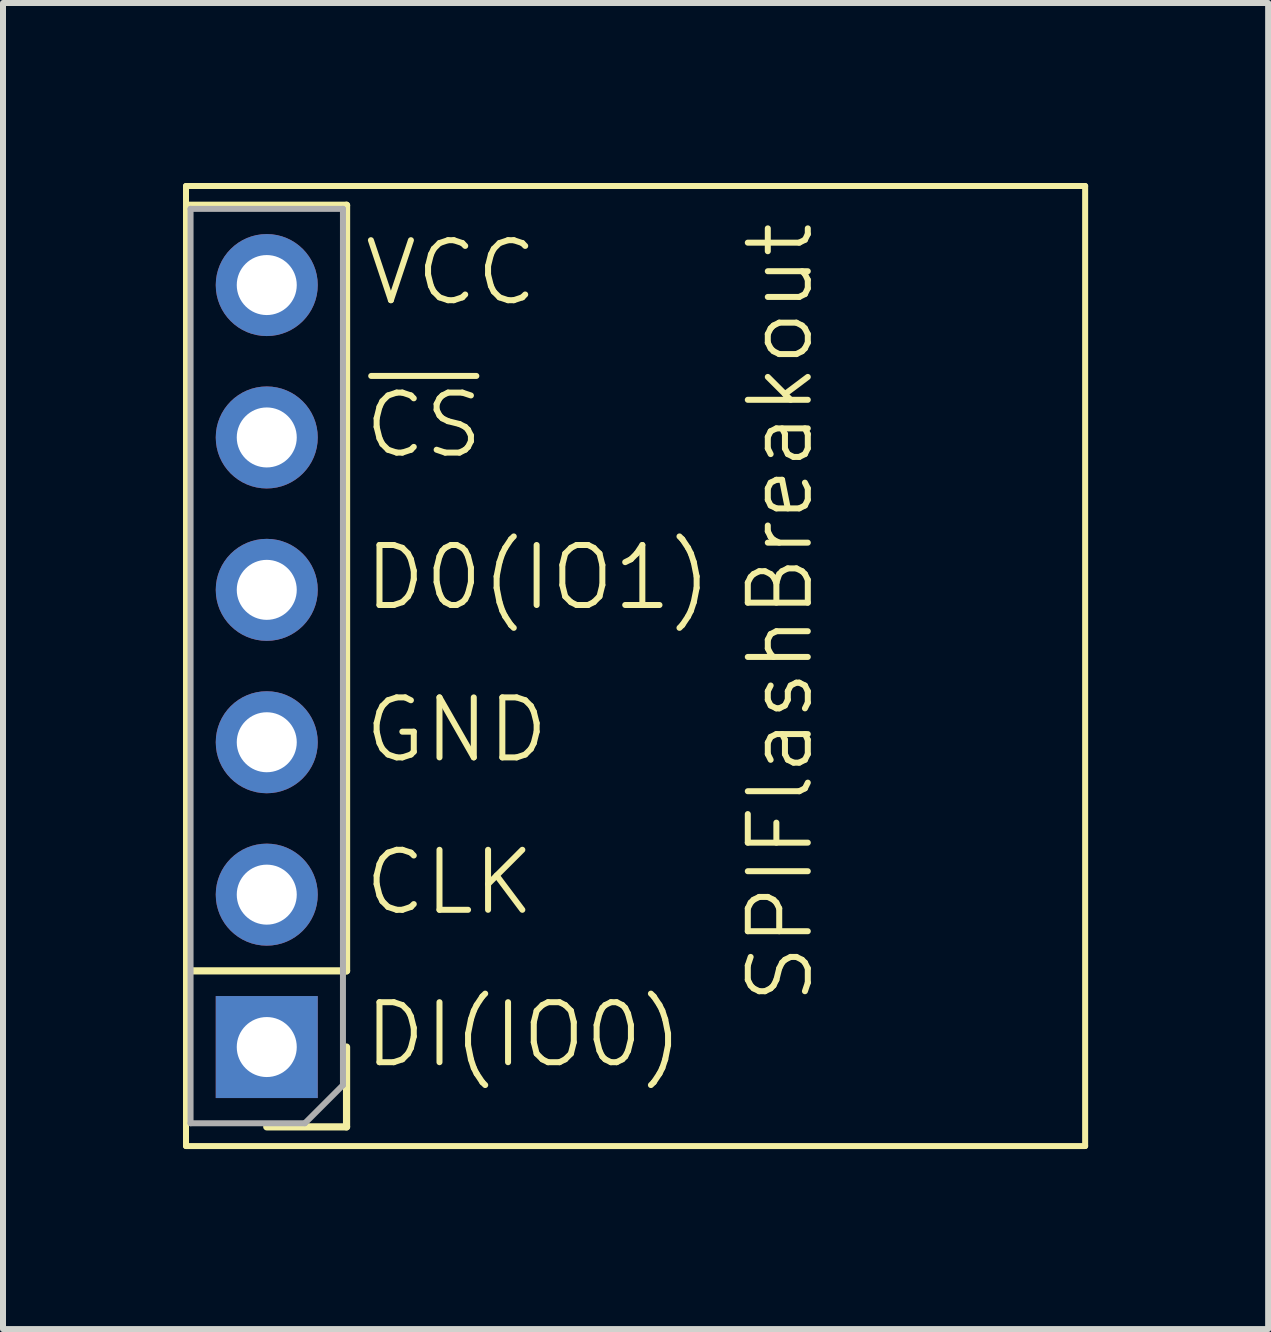
<source format=kicad_pcb>
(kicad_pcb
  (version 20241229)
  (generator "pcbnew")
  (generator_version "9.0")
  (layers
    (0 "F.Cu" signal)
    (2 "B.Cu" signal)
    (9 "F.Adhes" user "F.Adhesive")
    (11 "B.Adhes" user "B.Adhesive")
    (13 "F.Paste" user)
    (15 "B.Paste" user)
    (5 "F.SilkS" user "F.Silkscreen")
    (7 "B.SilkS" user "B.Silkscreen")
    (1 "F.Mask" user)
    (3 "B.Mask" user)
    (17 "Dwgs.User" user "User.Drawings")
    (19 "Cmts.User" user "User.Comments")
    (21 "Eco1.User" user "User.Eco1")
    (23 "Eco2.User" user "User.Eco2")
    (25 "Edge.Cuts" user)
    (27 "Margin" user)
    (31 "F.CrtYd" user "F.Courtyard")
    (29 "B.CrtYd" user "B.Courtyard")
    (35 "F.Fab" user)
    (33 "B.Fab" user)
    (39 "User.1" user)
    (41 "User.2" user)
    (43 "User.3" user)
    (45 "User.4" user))
  (footprint "SPIFlashBreakout"
    (layer "F.Cu")
    (at 8.051 6.526)
    (property "Reference" "SPIFlashBreakout" (at 1.905 0.635 90) (unlocked yes) (layer "F.SilkS") (effects (font (size 1 1) (thickness 0.1))))
    (attr through_hole)
    (fp_line (start -8.001 -6.476) (end -8.001 9.525) (stroke (width 0.1) (type default)) (layer "F.SilkS"))
    (fp_line (start -8.001 -6.476) (end 6.985 -6.476) (stroke (width 0.1) (type default)) (layer "F.SilkS"))
    (fp_line (start -7.985 6.605) (end -7.985 -6.155) (stroke (width 0.12) (type solid)) (layer "F.SilkS"))
    (fp_line (start -5.325 -6.155) (end -7.985 -6.155) (stroke (width 0.12) (type solid)) (layer "F.SilkS"))
    (fp_line (start -5.325 6.605) (end -7.985 6.605) (stroke (width 0.12) (type solid)) (layer "F.SilkS"))
    (fp_line (start -5.325 6.605) (end -5.325 -6.155) (stroke (width 0.12) (type solid)) (layer "F.SilkS"))
    (fp_line (start -5.325 7.875) (end -5.325 9.205) (stroke (width 0.12) (type solid)) (layer "F.SilkS"))
    (fp_line (start -5.325 9.205) (end -6.655 9.205) (stroke (width 0.12) (type solid)) (layer "F.SilkS"))
    (fp_line (start 6.985 -6.476) (end 6.985 9.525) (stroke (width 0.1) (type default)) (layer "F.SilkS"))
    (fp_line (start 6.985 9.525) (end -8.001 9.525) (stroke (width 0.1) (type default)) (layer "F.SilkS"))
    (fp_line (start -7.925 -6.095) (end -5.385 -6.095) (stroke (width 0.1) (type solid)) (layer "F.Fab"))
    (fp_line (start -7.925 9.145) (end -7.925 -6.095) (stroke (width 0.1) (type solid)) (layer "F.Fab"))
    (fp_line (start -6.02 9.145) (end -7.925 9.145) (stroke (width 0.1) (type solid)) (layer "F.Fab"))
    (fp_line (start -5.385 -6.095) (end -5.385 8.51) (stroke (width 0.1) (type solid)) (layer "F.Fab"))
    (fp_line (start -5.385 8.51) (end -6.02 9.145) (stroke (width 0.1) (type solid)) (layer "F.Fab"))
    (fp_text user "DI(IO0)" (at -5.08 8.255 0) (unlocked yes) (layer "F.SilkS") (effects (font (size 1 1) (thickness 0.1)) (justify left bottom)))
    (fp_text user "VCC" (at -5.08 -4.445 0) (unlocked yes) (layer "F.SilkS") (effects (font (size 1 1) (thickness 0.1)) (justify left bottom)))
    (fp_text user "D0(IO1)" (at -5.08 0.635 0) (unlocked yes) (layer "F.SilkS") (effects (font (size 1 1) (thickness 0.1)) (justify left bottom)))
    (fp_text user "GND" (at -5.08 3.175 0) (unlocked yes) (layer "F.SilkS") (effects (font (size 1 1) (thickness 0.1)) (justify left bottom)))
    (fp_text user "CLK" (at -5.08 5.715 0) (unlocked yes) (layer "F.SilkS") (effects (font (size 1 1) (thickness 0.1)) (justify left bottom)))
    (fp_text user "~{CS}" (at -5.08 -1.905 0) (unlocked yes) (layer "F.SilkS") (effects (font (size 1 1) (thickness 0.1)) (justify left bottom)))
    (pad "1" thru_hole oval (at -6.655 -2.285 180) (size 1.7 1.7) (drill 1) (layers "*.Cu" "*.Mask"))
    (pad "2" thru_hole oval (at -6.655 0.255 180) (size 1.7 1.7) (drill 1) (layers "*.Cu" "*.Mask"))
    (pad "4" thru_hole oval (at -6.655 2.795 180) (size 1.7 1.7) (drill 1) (layers "*.Cu" "*.Mask"))
    (pad "5" thru_hole rect (at -6.655 7.875 180) (size 1.7 1.7) (drill 1) (layers "*.Cu" "*.Mask"))
    (pad "6" thru_hole oval (at -6.655 5.335 180) (size 1.7 1.7) (drill 1) (layers "*.Cu" "*.Mask"))
    (pad "8" thru_hole oval (at -6.655 -4.825 180) (size 1.7 1.7) (drill 1) (layers "*.Cu" "*.Mask")))
  (gr_rect
    (start -3 -3)
    (end 18.086 19.101)
    (stroke (width 0.1) (type default))
    (fill no)
    (layer "Edge.Cuts")))
</source>
